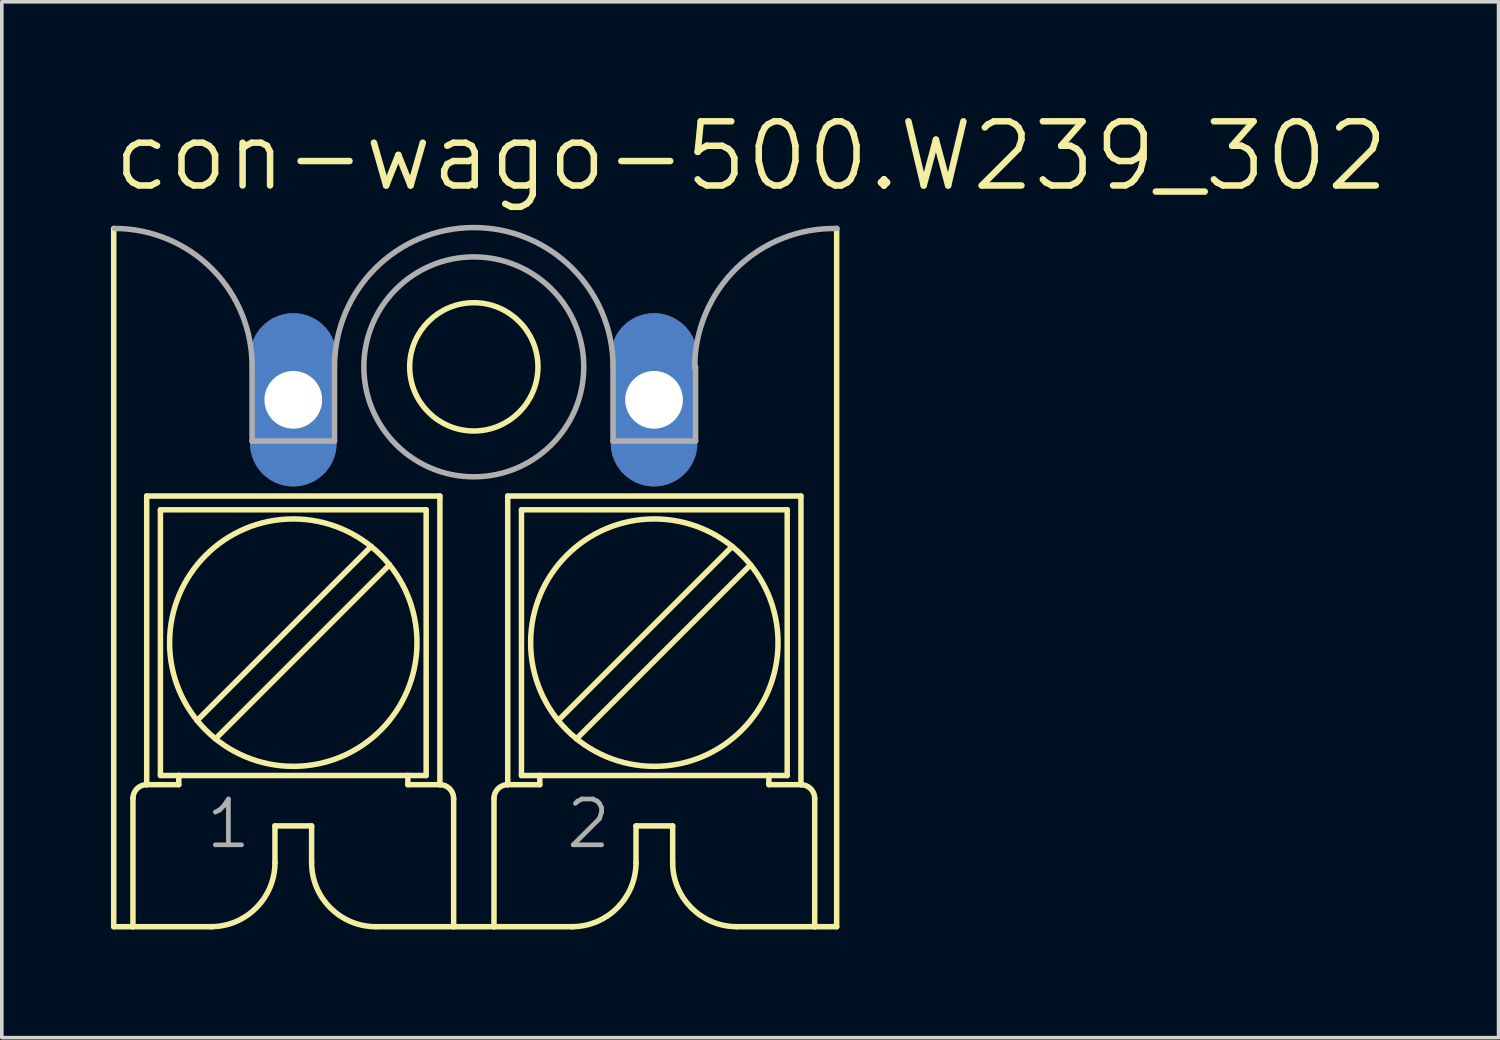
<source format=kicad_pcb>
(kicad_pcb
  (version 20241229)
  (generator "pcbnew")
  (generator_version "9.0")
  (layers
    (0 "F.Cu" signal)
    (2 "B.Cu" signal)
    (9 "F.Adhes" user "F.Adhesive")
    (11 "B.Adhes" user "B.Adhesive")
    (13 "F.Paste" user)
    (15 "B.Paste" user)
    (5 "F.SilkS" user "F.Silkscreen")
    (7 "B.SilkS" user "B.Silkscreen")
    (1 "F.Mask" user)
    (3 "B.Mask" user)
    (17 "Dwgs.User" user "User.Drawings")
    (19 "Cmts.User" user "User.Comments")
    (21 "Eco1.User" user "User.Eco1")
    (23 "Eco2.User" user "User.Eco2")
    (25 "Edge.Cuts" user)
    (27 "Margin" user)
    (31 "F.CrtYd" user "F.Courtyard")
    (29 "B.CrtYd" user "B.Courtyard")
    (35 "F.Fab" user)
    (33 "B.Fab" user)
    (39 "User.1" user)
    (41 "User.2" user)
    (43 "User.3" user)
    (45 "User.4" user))
  (footprint "con-wago-500.W239_302"
    (layer "F.Cu")
    (at 10.08 13.033)
    (property "Reference" "con-wago-500.W239_302" (at -10.08 -10.715 0) (layer "F.SilkS") (effects (font (size 1.778 1.778) (thickness 0.18)) (justify left bottom)))
    (attr through_hole)
    (fp_line (start -9.978 9.605) (end -9.978 -9.75) (stroke (width 0.152) (type default)) (layer "F.SilkS"))
    (fp_line (start -9.978 9.605) (end -9.445 9.605) (stroke (width 0.152) (type default)) (layer "F.SilkS"))
    (fp_line (start -9.445 9.605) (end -9.445 6.049) (stroke (width 0.152) (type default)) (layer "F.SilkS"))
    (fp_line (start -9.445 9.605) (end -7.261 9.605) (stroke (width 0.152) (type default)) (layer "F.SilkS"))
    (fp_line (start -9.064 -2.333) (end -0.936 -2.333) (stroke (width 0.152) (type default)) (layer "F.SilkS"))
    (fp_line (start -9.064 5.668) (end -9.064 -2.333) (stroke (width 0.152) (type default)) (layer "F.SilkS"))
    (fp_line (start -9.064 5.668) (end -8.175 5.668) (stroke (width 0.152) (type default)) (layer "F.SilkS"))
    (fp_line (start -8.683 -1.952) (end -1.317 -1.952) (stroke (width 0.152) (type default)) (layer "F.SilkS"))
    (fp_line (start -8.683 5.414) (end -8.683 -1.952) (stroke (width 0.152) (type default)) (layer "F.SilkS"))
    (fp_line (start -8.683 5.414) (end -8.175 5.414) (stroke (width 0.152) (type default)) (layer "F.SilkS"))
    (fp_line (start -8.175 5.414) (end -8.175 5.668) (stroke (width 0.152) (type default)) (layer "F.SilkS"))
    (fp_line (start -7.667 3.89) (end -2.841 -0.936) (stroke (width 0.152) (type default)) (layer "F.SilkS"))
    (fp_line (start -7.159 4.398) (end -2.333 -0.428) (stroke (width 0.152) (type default)) (layer "F.SilkS"))
    (fp_line (start -5.508 6.811) (end -5.508 7.827) (stroke (width 0.152) (type default)) (layer "F.SilkS"))
    (fp_line (start -5.508 6.811) (end -4.492 6.811) (stroke (width 0.152) (type default)) (layer "F.SilkS"))
    (fp_line (start -4.492 6.811) (end -4.492 7.827) (stroke (width 0.152) (type default)) (layer "F.SilkS"))
    (fp_line (start -2.714 9.605) (end -0.555 9.605) (stroke (width 0.152) (type default)) (layer "F.SilkS"))
    (fp_line (start -1.825 5.414) (end -8.175 5.414) (stroke (width 0.152) (type default)) (layer "F.SilkS"))
    (fp_line (start -1.825 5.414) (end -1.825 5.668) (stroke (width 0.152) (type default)) (layer "F.SilkS"))
    (fp_line (start -1.825 5.414) (end -1.317 5.414) (stroke (width 0.152) (type default)) (layer "F.SilkS"))
    (fp_line (start -1.825 5.668) (end -0.936 5.668) (stroke (width 0.152) (type default)) (layer "F.SilkS"))
    (fp_line (start -1.317 5.414) (end -1.317 -1.952) (stroke (width 0.152) (type default)) (layer "F.SilkS"))
    (fp_line (start -0.936 5.668) (end -0.936 -2.333) (stroke (width 0.152) (type default)) (layer "F.SilkS"))
    (fp_line (start -0.555 9.605) (end -0.555 6.049) (stroke (width 0.152) (type default)) (layer "F.SilkS"))
    (fp_line (start -0.555 9.605) (end 0.563 9.605) (stroke (width 0.152) (type default)) (layer "F.SilkS"))
    (fp_line (start 0.563 9.605) (end 0.563 6.049) (stroke (width 0.152) (type default)) (layer "F.SilkS"))
    (fp_line (start 0.563 9.605) (end 2.747 9.605) (stroke (width 0.152) (type default)) (layer "F.SilkS"))
    (fp_line (start 0.944 -2.333) (end 9.072 -2.333) (stroke (width 0.152) (type default)) (layer "F.SilkS"))
    (fp_line (start 0.944 5.668) (end 0.944 -2.333) (stroke (width 0.152) (type default)) (layer "F.SilkS"))
    (fp_line (start 0.944 5.668) (end 1.833 5.668) (stroke (width 0.152) (type default)) (layer "F.SilkS"))
    (fp_line (start 1.325 -1.952) (end 8.691 -1.952) (stroke (width 0.152) (type default)) (layer "F.SilkS"))
    (fp_line (start 1.325 5.414) (end 1.325 -1.952) (stroke (width 0.152) (type default)) (layer "F.SilkS"))
    (fp_line (start 1.325 5.414) (end 1.833 5.414) (stroke (width 0.152) (type default)) (layer "F.SilkS"))
    (fp_line (start 1.833 5.414) (end 1.833 5.668) (stroke (width 0.152) (type default)) (layer "F.SilkS"))
    (fp_line (start 2.341 3.89) (end 7.167 -0.936) (stroke (width 0.152) (type default)) (layer "F.SilkS"))
    (fp_line (start 2.849 4.398) (end 7.675 -0.428) (stroke (width 0.152) (type default)) (layer "F.SilkS"))
    (fp_line (start 4.5 6.811) (end 4.5 7.827) (stroke (width 0.152) (type default)) (layer "F.SilkS"))
    (fp_line (start 4.5 6.811) (end 5.516 6.811) (stroke (width 0.152) (type default)) (layer "F.SilkS"))
    (fp_line (start 5.516 6.811) (end 5.516 7.827) (stroke (width 0.152) (type default)) (layer "F.SilkS"))
    (fp_line (start 7.294 9.605) (end 9.453 9.605) (stroke (width 0.152) (type default)) (layer "F.SilkS"))
    (fp_line (start 8.183 5.414) (end 1.833 5.414) (stroke (width 0.152) (type default)) (layer "F.SilkS"))
    (fp_line (start 8.183 5.414) (end 8.183 5.668) (stroke (width 0.152) (type default)) (layer "F.SilkS"))
    (fp_line (start 8.183 5.414) (end 8.691 5.414) (stroke (width 0.152) (type default)) (layer "F.SilkS"))
    (fp_line (start 8.183 5.668) (end 9.072 5.668) (stroke (width 0.152) (type default)) (layer "F.SilkS"))
    (fp_line (start 8.691 5.414) (end 8.691 -1.952) (stroke (width 0.152) (type default)) (layer "F.SilkS"))
    (fp_line (start 9.072 5.668) (end 9.072 -2.333) (stroke (width 0.152) (type default)) (layer "F.SilkS"))
    (fp_line (start 9.453 9.605) (end 9.453 6.049) (stroke (width 0.152) (type default)) (layer "F.SilkS"))
    (fp_line (start 9.453 9.605) (end 10.062 9.605) (stroke (width 0.152) (type default)) (layer "F.SilkS"))
    (fp_line (start 10.062 9.605) (end 10.062 -9.75) (stroke (width 0.152) (type default)) (layer "F.SilkS"))
    (fp_arc (start -9.445 6.049) (mid -9.333408 5.779592) (end -9.064 5.668) (stroke (width 0.1524) (type default)) (layer "F.SilkS"))
    (fp_arc (start -5.508 7.827) (mid -6.028764 9.084236) (end -7.286 9.605) (stroke (width 0.1524) (type default)) (layer "F.SilkS"))
    (fp_arc (start -2.714 9.605) (mid -3.971236 9.084236) (end -4.492 7.827) (stroke (width 0.1524) (type default)) (layer "F.SilkS"))
    (fp_arc (start -0.936 5.668) (mid -0.666592 5.779592) (end -0.555 6.049) (stroke (width 0.1524) (type default)) (layer "F.SilkS"))
    (fp_arc (start 0.563 6.049) (mid 0.674592 5.779592) (end 0.944 5.668) (stroke (width 0.1524) (type default)) (layer "F.SilkS"))
    (fp_arc (start 4.5 7.827) (mid 3.979236 9.084236) (end 2.722 9.605) (stroke (width 0.1524) (type default)) (layer "F.SilkS"))
    (fp_arc (start 7.294 9.605) (mid 6.036764 9.084236) (end 5.516 7.827) (stroke (width 0.1524) (type default)) (layer "F.SilkS"))
    (fp_arc (start 9.072 5.668) (mid 9.341408 5.779592) (end 9.453 6.049) (stroke (width 0.1524) (type default)) (layer "F.SilkS"))
    (fp_circle (center -5 1.731) (end -1.571 1.731) (stroke (width 0.152) (type default)) (fill no) (layer "F.SilkS"))
    (fp_circle (center 0.004 -5.914) (end 1.782 -5.914) (stroke (width 0.152) (type default)) (fill no) (layer "F.SilkS"))
    (fp_circle (center 5.008 1.731) (end 8.437 1.731) (stroke (width 0.152) (type default)) (fill no) (layer "F.SilkS"))
    (fp_line (start -6.143 -3.857) (end -6.143 -5.889) (stroke (width 0.152) (type default)) (layer "F.Fab"))
    (fp_line (start -6.143 -3.857) (end -3.857 -3.857) (stroke (width 0.152) (type default)) (layer "F.Fab"))
    (fp_line (start -3.857 -3.857) (end -3.857 -5.914) (stroke (width 0.152) (type default)) (layer "F.Fab"))
    (fp_line (start 3.865 -3.857) (end 3.865 -5.914) (stroke (width 0.152) (type default)) (layer "F.Fab"))
    (fp_line (start 3.865 -3.857) (end 6.151 -3.857) (stroke (width 0.152) (type default)) (layer "F.Fab"))
    (fp_line (start 6.151 -3.857) (end 6.151 -5.914) (stroke (width 0.152) (type default)) (layer "F.Fab"))
    (fp_rect (start -5.508 -4.492) (end -4.492 -5.508) (stroke (width 0.05) (type default)) (fill no) (layer "F.Fab"))
    (fp_rect (start 4.5 -4.492) (end 5.516 -5.508) (stroke (width 0.05) (type default)) (fill no) (layer "F.Fab"))
    (fp_arc (start -9.953 -9.7501) (mid -7.240656 -8.616095) (end -6.1426 -5.889) (stroke (width 0.1524) (type default)) (layer "F.Fab"))
    (fp_arc (start -3.857 -5.9144) (mid 0.0038 -9.7752) (end 3.8646 -5.9144) (stroke (width 0.1524) (type default)) (layer "F.Fab"))
    (fp_arc (start 6.1252 -5.889) (mid 7.285425 -8.647937) (end 10.0687 -9.7485) (stroke (width 0.1524) (type default)) (layer "F.Fab"))
    (fp_circle (center 0.004 -5.914) (end 3.052 -5.914) (stroke (width 0.152) (type default)) (fill no) (layer "F.Fab"))
    (fp_text user "1" (at -7.489 7.497 0) (layer "F.Fab") (effects (font (size 1.27 1.27) (thickness 0.13)) (justify left bottom)))
    (fp_text user "2" (at 2.493 7.497 0) (layer "F.Fab") (effects (font (size 1.27 1.27) (thickness 0.13)) (justify left bottom)))
    (pad "1" thru_hole oval (at -5 -5 90) (size 4.801 2.4) (drill 1.6) (layers "*.Cu" "*.Mask"))
    (pad "2" thru_hole oval (at 5 -5 90) (size 4.801 2.4) (drill 1.6) (layers "*.Cu" "*.Mask")))
  (gr_rect
    (start -3 -3)
    (end 38.49 25.714)
    (stroke (width 0.1) (type default))
    (fill no)
    (layer "Edge.Cuts")))
</source>
